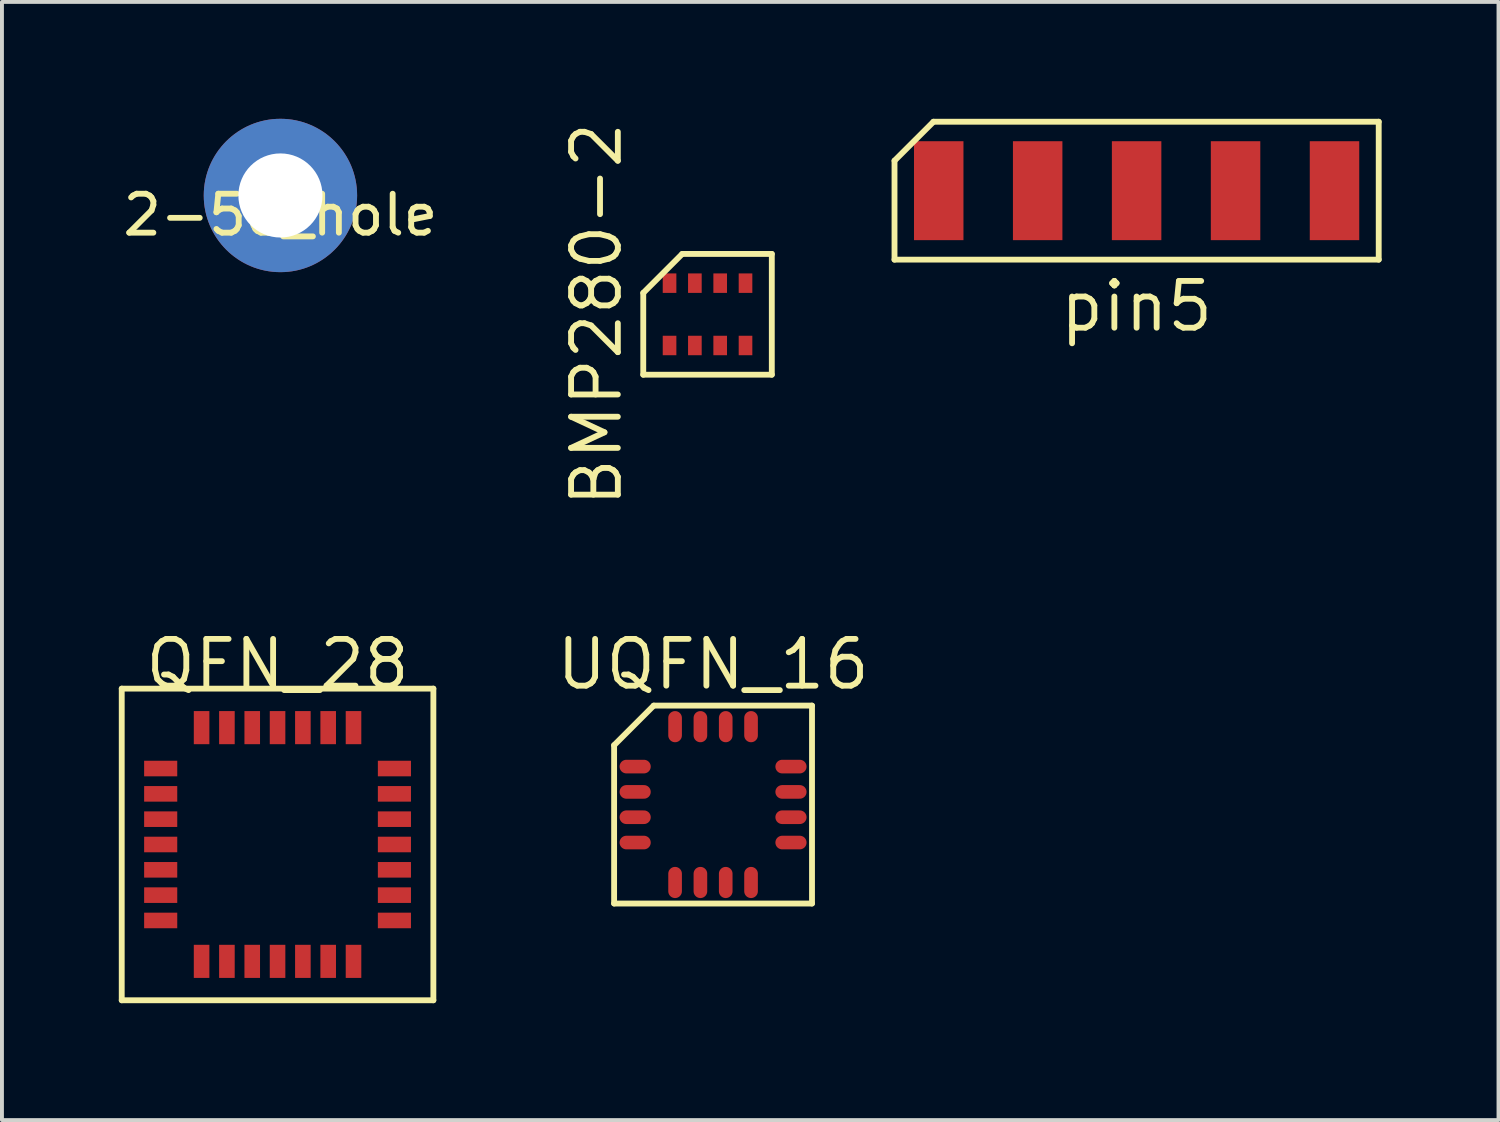
<source format=kicad_pcb>
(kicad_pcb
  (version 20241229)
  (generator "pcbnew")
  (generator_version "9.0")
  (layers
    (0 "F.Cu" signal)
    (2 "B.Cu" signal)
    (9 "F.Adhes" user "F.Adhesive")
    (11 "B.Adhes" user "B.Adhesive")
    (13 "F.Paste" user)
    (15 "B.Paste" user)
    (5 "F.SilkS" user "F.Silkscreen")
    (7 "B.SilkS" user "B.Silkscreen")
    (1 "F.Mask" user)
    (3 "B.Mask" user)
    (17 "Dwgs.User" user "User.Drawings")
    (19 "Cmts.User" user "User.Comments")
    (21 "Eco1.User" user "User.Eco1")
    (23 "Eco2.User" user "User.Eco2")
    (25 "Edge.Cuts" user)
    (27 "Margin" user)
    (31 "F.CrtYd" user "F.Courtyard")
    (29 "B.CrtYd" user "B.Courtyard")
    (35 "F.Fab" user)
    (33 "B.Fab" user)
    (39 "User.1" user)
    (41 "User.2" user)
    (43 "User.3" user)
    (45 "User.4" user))
  (footprint "pin5"
    (layer "F.Cu")
    (at 26.128 1.845)
    (property "Reference" "pin5" (at 0 2.97 0) (layer "F.SilkS") (effects (font (size 1.2 1.2) (thickness 0.15))))
    (attr through_hole)
    (fp_line (start -6.215 -0.77) (end -6.215 1.77) (stroke (width 0.15) (type solid)) (layer "F.SilkS"))
    (fp_line (start -6.215 1.77) (end 6.215 1.77) (stroke (width 0.15) (type solid)) (layer "F.SilkS"))
    (fp_line (start -5.215 -1.77) (end -6.215 -0.77) (stroke (width 0.15) (type solid)) (layer "F.SilkS"))
    (fp_line (start 6.215 -1.77) (end -5.215 -1.77) (stroke (width 0.15) (type solid)) (layer "F.SilkS"))
    (fp_line (start 6.215 1.77) (end 6.215 -1.77) (stroke (width 0.15) (type solid)) (layer "F.SilkS"))
    (pad "1" smd rect (at -5.08 0) (size 1.27 2.54) (layers "F.Cu" "F.Mask" "F.Paste"))
    (pad "2" smd rect (at -2.54 0) (size 1.27 2.54) (layers "F.Cu" "F.Mask" "F.Paste"))
    (pad "3" smd rect (at 0 0) (size 1.27 2.54) (layers "F.Cu" "F.Mask" "F.Paste"))
    (pad "4" smd rect (at 2.54 0) (size 1.27 2.54) (layers "F.Cu" "F.Mask" "F.Paste"))
    (pad "5" smd rect (at 5.08 0) (size 1.27 2.54) (layers "F.Cu" "F.Mask" "F.Paste")))
  (footprint "UQFN_16"
    (layer "F.Cu")
    (at 15.255 17.604)
    (property "Reference" "UQFN_16" (at 0 -3.6 0) (layer "F.SilkS") (effects (font (size 1.2 1.2) (thickness 0.15))))
    (attr through_hole)
    (fp_line (start -2.54 -1.524) (end -1.524 -2.54) (stroke (width 0.15) (type solid)) (layer "F.SilkS"))
    (fp_line (start -2.54 2.54) (end -2.54 -1.524) (stroke (width 0.15) (type solid)) (layer "F.SilkS"))
    (fp_line (start -1.524 -2.54) (end 2.54 -2.54) (stroke (width 0.15) (type solid)) (layer "F.SilkS"))
    (fp_line (start 2.54 -2.54) (end 2.54 2.54) (stroke (width 0.15) (type solid)) (layer "F.SilkS"))
    (fp_line (start 2.54 2.54) (end -2.54 2.54) (stroke (width 0.15) (type solid)) (layer "F.SilkS"))
    (pad "1" smd oval (at -2 -0.975 90) (size 0.35 0.8) (layers "F.Cu" "F.Mask" "F.Paste"))
    (pad "2" smd oval (at -2 -0.325 90) (size 0.35 0.8) (layers "F.Cu" "F.Mask" "F.Paste"))
    (pad "3" smd oval (at -2 0.325 90) (size 0.35 0.8) (layers "F.Cu" "F.Mask" "F.Paste"))
    (pad "4" smd oval (at -2 0.975 90) (size 0.35 0.8) (layers "F.Cu" "F.Mask" "F.Paste"))
    (pad "5" smd oval (at -0.975 2) (size 0.35 0.8) (layers "F.Cu" "F.Mask" "F.Paste"))
    (pad "6" smd oval (at -0.325 2) (size 0.35 0.8) (layers "F.Cu" "F.Mask" "F.Paste"))
    (pad "7" smd oval (at 0.325 2) (size 0.35 0.8) (layers "F.Cu" "F.Mask" "F.Paste"))
    (pad "8" smd oval (at 0.975 2) (size 0.35 0.8) (layers "F.Cu" "F.Mask" "F.Paste"))
    (pad "9" smd oval (at 2 0.975 90) (size 0.35 0.8) (layers "F.Cu" "F.Mask" "F.Paste"))
    (pad "10" smd oval (at 2 0.325 90) (size 0.35 0.8) (layers "F.Cu" "F.Mask" "F.Paste"))
    (pad "11" smd oval (at 2 -0.325 90) (size 0.35 0.8) (layers "F.Cu" "F.Mask" "F.Paste"))
    (pad "12" smd oval (at 2 -0.975 90) (size 0.35 0.8) (layers "F.Cu" "F.Mask" "F.Paste"))
    (pad "13" smd oval (at 0.975 -2) (size 0.35 0.8) (layers "F.Cu" "F.Mask" "F.Paste"))
    (pad "14" smd oval (at 0.325 -2) (size 0.35 0.8) (layers "F.Cu" "F.Mask" "F.Paste"))
    (pad "15" smd oval (at -0.325 -2) (size 0.35 0.8) (layers "F.Cu" "F.Mask" "F.Paste"))
    (pad "16" smd oval (at -0.975 -2) (size 0.35 0.8) (layers "F.Cu" "F.Mask" "F.Paste")))
  (footprint "QFN_28"
    (layer "F.Cu")
    (at 4.075 18.629)
    (property "Reference" "QFN_28" (at 0 -4.625 0) (layer "F.SilkS") (effects (font (size 1.2 1.2) (thickness 0.15))))
    (attr through_hole)
    (fp_line (start -4 -4.001) (end 4 -4.001) (stroke (width 0.15) (type solid)) (layer "F.SilkS"))
    (fp_line (start -4 3.999) (end -4 -4.001) (stroke (width 0.15) (type solid)) (layer "F.SilkS"))
    (fp_line (start 4 -4.001) (end 4 3.999) (stroke (width 0.15) (type solid)) (layer "F.SilkS"))
    (fp_line (start 4 3.999) (end -4 3.999) (stroke (width 0.15) (type solid)) (layer "F.SilkS"))
    (pad "1" smd rect (at -3 -1.95 90) (size 0.4 0.85) (layers "F.Cu" "F.Mask" "F.Paste"))
    (pad "2" smd rect (at -3 -1.3 90) (size 0.4 0.85) (layers "F.Cu" "F.Mask" "F.Paste"))
    (pad "3" smd rect (at -3 -0.65 90) (size 0.4 0.85) (layers "F.Cu" "F.Mask" "F.Paste"))
    (pad "4" smd rect (at -3 0 90) (size 0.4 0.85) (layers "F.Cu" "F.Mask" "F.Paste"))
    (pad "5" smd rect (at -3 0.65 90) (size 0.4 0.85) (layers "F.Cu" "F.Mask" "F.Paste"))
    (pad "6" smd rect (at -3 1.3 90) (size 0.4 0.85) (layers "F.Cu" "F.Mask" "F.Paste"))
    (pad "7" smd rect (at -3 1.95 90) (size 0.4 0.85) (layers "F.Cu" "F.Mask" "F.Paste"))
    (pad "8" smd rect (at -1.95 3) (size 0.4 0.85) (layers "F.Cu" "F.Mask" "F.Paste"))
    (pad "9" smd rect (at -1.3 3) (size 0.4 0.85) (layers "F.Cu" "F.Mask" "F.Paste"))
    (pad "10" smd rect (at -0.65 3) (size 0.4 0.85) (layers "F.Cu" "F.Mask" "F.Paste"))
    (pad "11" smd rect (at 0 3) (size 0.4 0.85) (layers "F.Cu" "F.Mask" "F.Paste"))
    (pad "12" smd rect (at 0.65 3) (size 0.4 0.85) (layers "F.Cu" "F.Mask" "F.Paste"))
    (pad "13" smd rect (at 1.3 3) (size 0.4 0.85) (layers "F.Cu" "F.Mask" "F.Paste"))
    (pad "14" smd rect (at 1.95 3) (size 0.4 0.85) (layers "F.Cu" "F.Mask" "F.Paste"))
    (pad "15" smd rect (at 3 1.95 90) (size 0.4 0.85) (layers "F.Cu" "F.Mask" "F.Paste"))
    (pad "16" smd rect (at 3 1.3 90) (size 0.4 0.85) (layers "F.Cu" "F.Mask" "F.Paste"))
    (pad "17" smd rect (at 3 0.65 90) (size 0.4 0.85) (layers "F.Cu" "F.Mask" "F.Paste"))
    (pad "18" smd rect (at 3 0 90) (size 0.4 0.85) (layers "F.Cu" "F.Mask" "F.Paste"))
    (pad "19" smd rect (at 3 -0.65 90) (size 0.4 0.85) (layers "F.Cu" "F.Mask" "F.Paste"))
    (pad "20" smd rect (at 3 -1.3 90) (size 0.4 0.85) (layers "F.Cu" "F.Mask" "F.Paste"))
    (pad "21" smd rect (at 3 -1.95 90) (size 0.4 0.85) (layers "F.Cu" "F.Mask" "F.Paste"))
    (pad "22" smd rect (at 1.95 -3) (size 0.4 0.85) (layers "F.Cu" "F.Mask" "F.Paste"))
    (pad "23" smd rect (at 1.3 -3) (size 0.4 0.85) (layers "F.Cu" "F.Mask" "F.Paste"))
    (pad "24" smd rect (at 0.65 -3) (size 0.4 0.85) (layers "F.Cu" "F.Mask" "F.Paste"))
    (pad "25" smd rect (at 0 -3) (size 0.4 0.85) (layers "F.Cu" "F.Mask" "F.Paste"))
    (pad "26" smd rect (at -0.65 -3) (size 0.4 0.85) (layers "F.Cu" "F.Mask" "F.Paste"))
    (pad "27" smd rect (at -1.3 -3) (size 0.4 0.85) (layers "F.Cu" "F.Mask" "F.Paste"))
    (pad "28" smd rect (at -1.95 -3) (size 0.4 0.85) (layers "F.Cu" "F.Mask" "F.Paste")))
  (footprint "BMP280-2"
    (layer "F.Cu")
    (at 15.113 5.019)
    (property "Reference" "BMP280-2" (at -2.85 0 90) (layer "F.SilkS") (effects (font (size 1.2 1.2) (thickness 0.15))))
    (attr through_hole)
    (fp_line (start -1.65 -0.55) (end -1.65 1.55) (stroke (width 0.15) (type solid)) (layer "F.SilkS"))
    (fp_line (start -1.65 1.55) (end 1.65 1.55) (stroke (width 0.15) (type solid)) (layer "F.SilkS"))
    (fp_line (start -0.65 -1.55) (end -1.65 -0.55) (stroke (width 0.15) (type solid)) (layer "F.SilkS"))
    (fp_line (start 1.65 -1.55) (end -0.65 -1.55) (stroke (width 0.15) (type solid)) (layer "F.SilkS"))
    (fp_line (start 1.65 1.55) (end 1.65 -1.55) (stroke (width 0.15) (type solid)) (layer "F.SilkS"))
    (pad "1" smd rect (at -0.975 -0.8) (size 0.35 0.5) (layers "F.Cu" "F.Mask" "F.Paste"))
    (pad "2" smd rect (at -0.325 -0.8) (size 0.35 0.5) (layers "F.Cu" "F.Mask" "F.Paste"))
    (pad "3" smd rect (at 0.325 -0.8) (size 0.35 0.5) (layers "F.Cu" "F.Mask" "F.Paste"))
    (pad "4" smd rect (at 0.975 -0.8) (size 0.35 0.5) (layers "F.Cu" "F.Mask" "F.Paste"))
    (pad "5" smd rect (at 0.975 0.8) (size 0.35 0.5) (layers "F.Cu" "F.Mask" "F.Paste"))
    (pad "6" smd rect (at 0.325 0.8) (size 0.35 0.5) (layers "F.Cu" "F.Mask" "F.Paste"))
    (pad "7" smd rect (at -0.325 0.8) (size 0.35 0.5) (layers "F.Cu" "F.Mask" "F.Paste"))
    (pad "8" smd rect (at -0.975 0.8) (size 0.35 0.5) (layers "F.Cu" "F.Mask" "F.Paste")))
  (footprint "2-56_hole"
    (layer "F.Cu")
    (at 4.149 1.968)
    (property "Reference" "2-56_hole" (at 0 0.5 0) (layer "F.SilkS") (effects (font (size 1 1) (thickness 0.15))))
    (attr through_hole)
    (pad "10" thru_hole circle (at 0 0) (size 3.937 3.937) (drill 2.159) (layers "*.Cu" "*.Mask")))
  (gr_rect
    (start -3 -3)
    (end 35.418 25.703)
    (stroke (width 0.1) (type default))
    (fill no)
    (layer "Edge.Cuts")))
</source>
